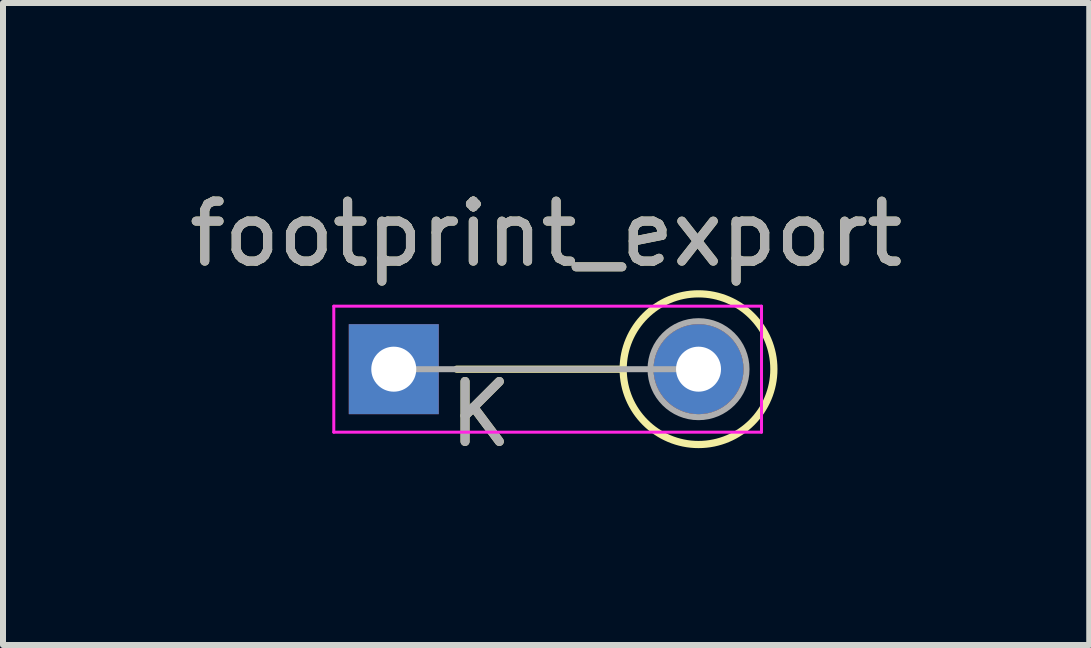
<source format=kicad_pcb>
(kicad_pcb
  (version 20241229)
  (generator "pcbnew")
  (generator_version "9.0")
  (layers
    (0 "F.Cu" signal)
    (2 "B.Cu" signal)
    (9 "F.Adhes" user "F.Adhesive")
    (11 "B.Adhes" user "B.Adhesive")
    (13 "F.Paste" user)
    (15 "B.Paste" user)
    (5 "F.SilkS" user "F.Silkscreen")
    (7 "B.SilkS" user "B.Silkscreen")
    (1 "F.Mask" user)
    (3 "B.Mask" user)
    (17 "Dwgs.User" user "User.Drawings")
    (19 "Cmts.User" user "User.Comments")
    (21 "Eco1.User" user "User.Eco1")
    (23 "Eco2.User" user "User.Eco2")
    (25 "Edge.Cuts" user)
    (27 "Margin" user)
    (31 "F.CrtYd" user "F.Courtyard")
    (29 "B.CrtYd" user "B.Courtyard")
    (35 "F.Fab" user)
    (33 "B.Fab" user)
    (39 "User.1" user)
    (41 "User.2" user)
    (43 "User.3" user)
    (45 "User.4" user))
  (footprint "footprint_export"
    (layer "F.Cu")
    (at 3.514 3.104)
    (property "Reference" "footprint_export" (at 2.54 -2.256 0) (layer "F.SilkS") (effects (font (size 1 1) (thickness 0.15))))
    (attr through_hole)
    (fp_line (start 3.824 0) (end 1.05 0) (stroke (width 0.12) (type solid)) (layer "F.SilkS"))
    (fp_circle (center 5.08 0) (end 6.336 0) (stroke (width 0.12) (type solid)) (fill no) (layer "F.SilkS"))
    (fp_line (start -1 -1.05) (end -1 1.05) (stroke (width 0.05) (type solid)) (layer "F.CrtYd"))
    (fp_line (start -1 1.05) (end 6.13 1.05) (stroke (width 0.05) (type solid)) (layer "F.CrtYd"))
    (fp_line (start 6.13 -1.05) (end -1 -1.05) (stroke (width 0.05) (type solid)) (layer "F.CrtYd"))
    (fp_line (start 6.13 1.05) (end 6.13 -1.05) (stroke (width 0.05) (type solid)) (layer "F.CrtYd"))
    (fp_line (start 0 0) (end 5.08 0) (stroke (width 0.1) (type solid)) (layer "F.Fab"))
    (fp_circle (center 5.08 0) (end 5.88 0) (stroke (width 0.1) (type solid)) (fill no) (layer "F.Fab"))
    (fp_text user "K" (at 1.45 0.75 0) (layer "F.SilkS") (effects (font (size 1 1) (thickness 0.15))))
    (fp_text user "K" (at 1.45 0.75 0) (layer "F.Fab") (effects (font (size 1 1) (thickness 0.15))))
    (fp_text user "${REFERENCE}" (at 2.54 -2.256 0) (layer "F.Fab") (effects (font (size 1 1) (thickness 0.15))))
    (pad "1" thru_hole rect (at 0 0) (size 1.5 1.5) (drill 0.75) (layers "*.Cu" "*.Mask"))
    (pad "2" thru_hole oval (at 5.08 0) (size 1.5 1.5) (drill 0.75) (layers "*.Cu" "*.Mask")))
  (gr_rect
    (start -3 -3)
    (end 15.107 7.702)
    (stroke (width 0.1) (type default))
    (fill no)
    (layer "Edge.Cuts")))
</source>
